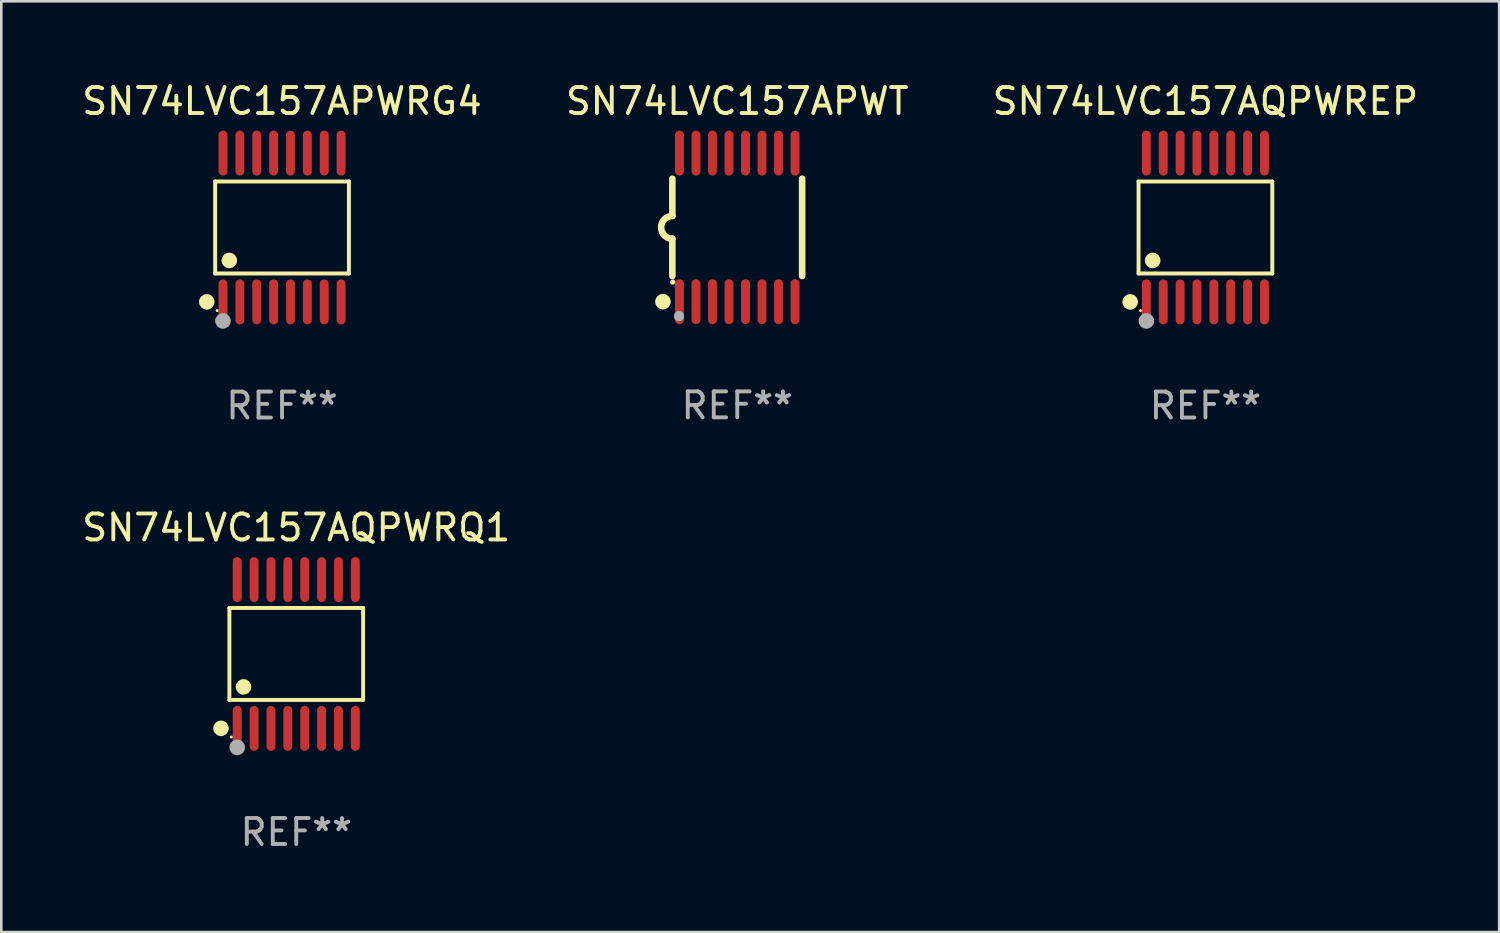
<source format=kicad_pcb>
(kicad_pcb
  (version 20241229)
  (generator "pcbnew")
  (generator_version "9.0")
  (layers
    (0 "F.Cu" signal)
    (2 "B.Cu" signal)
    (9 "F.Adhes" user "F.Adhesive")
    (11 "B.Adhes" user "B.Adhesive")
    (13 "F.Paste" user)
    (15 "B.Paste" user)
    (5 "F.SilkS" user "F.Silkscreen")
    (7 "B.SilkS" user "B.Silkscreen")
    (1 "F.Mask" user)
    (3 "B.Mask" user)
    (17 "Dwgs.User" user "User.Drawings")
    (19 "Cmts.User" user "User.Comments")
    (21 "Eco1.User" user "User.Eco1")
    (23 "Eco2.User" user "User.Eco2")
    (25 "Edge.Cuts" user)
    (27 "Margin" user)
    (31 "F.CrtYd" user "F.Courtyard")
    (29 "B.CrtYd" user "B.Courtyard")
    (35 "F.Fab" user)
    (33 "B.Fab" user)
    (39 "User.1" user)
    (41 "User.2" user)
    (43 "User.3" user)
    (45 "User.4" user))
  (footprint "SN74LVC157APWRG4"
    (layer "F.Cu")
    (at 7.815 5.714)
    (property "Reference" "SN74LVC157APWRG4" (at 0 -4.866 0) (layer "F.SilkS") (effects (font (size 1 1) (thickness 0.15))))
    (attr through_hole)
    (fp_line (start -2.576 -1.772) (end 2.576 -1.772) (stroke (width 0.152) (type solid)) (layer "F.SilkS"))
    (fp_line (start -2.576 1.771) (end -2.576 -1.772) (stroke (width 0.152) (type solid)) (layer "F.SilkS"))
    (fp_line (start 2.576 -1.772) (end 2.576 1.771) (stroke (width 0.152) (type solid)) (layer "F.SilkS"))
    (fp_line (start 2.576 1.771) (end -2.576 1.771) (stroke (width 0.152) (type solid)) (layer "F.SilkS"))
    (fp_circle (center -2.899 2.866) (end -2.749 2.866) (stroke (width 0.3) (type solid)) (fill no) (layer "F.SilkS"))
    (fp_circle (center -2.5 3.2) (end -2.47 3.2) (stroke (width 0.06) (type solid)) (fill no) (layer "F.SilkS"))
    (fp_circle (center -2.032 1.27) (end -1.882 1.27) (stroke (width 0.3) (type solid)) (fill no) (layer "F.SilkS"))
    (fp_circle (center -2.275 3.6) (end -2.125 3.6) (stroke (width 0.3) (type solid)) (fill no) (layer "F.Fab"))
    (fp_text user "REF**" (at 0 6.866 0) (layer "F.Fab") (effects (font (size 1 1) (thickness 0.15))))
    (pad "1" smd oval (at -2.275 2.866) (size 0.343 1.731) (layers "F.Cu" "F.Mask" "F.Paste"))
    (pad "2" smd oval (at -1.625 2.866) (size 0.343 1.731) (layers "F.Cu" "F.Mask" "F.Paste"))
    (pad "3" smd oval (at -0.975 2.866) (size 0.343 1.731) (layers "F.Cu" "F.Mask" "F.Paste"))
    (pad "4" smd oval (at -0.325 2.866) (size 0.343 1.731) (layers "F.Cu" "F.Mask" "F.Paste"))
    (pad "5" smd oval (at 0.325 2.866) (size 0.343 1.731) (layers "F.Cu" "F.Mask" "F.Paste"))
    (pad "6" smd oval (at 0.975 2.866) (size 0.343 1.731) (layers "F.Cu" "F.Mask" "F.Paste"))
    (pad "7" smd oval (at 1.625 2.866) (size 0.343 1.731) (layers "F.Cu" "F.Mask" "F.Paste"))
    (pad "8" smd oval (at 2.275 2.866) (size 0.343 1.731) (layers "F.Cu" "F.Mask" "F.Paste"))
    (pad "9" smd oval (at 2.275 -2.866) (size 0.343 1.731) (layers "F.Cu" "F.Mask" "F.Paste"))
    (pad "10" smd oval (at 1.625 -2.866) (size 0.343 1.731) (layers "F.Cu" "F.Mask" "F.Paste"))
    (pad "11" smd oval (at 0.975 -2.866) (size 0.343 1.731) (layers "F.Cu" "F.Mask" "F.Paste"))
    (pad "12" smd oval (at 0.325 -2.866) (size 0.343 1.731) (layers "F.Cu" "F.Mask" "F.Paste"))
    (pad "13" smd oval (at -0.325 -2.866) (size 0.343 1.731) (layers "F.Cu" "F.Mask" "F.Paste"))
    (pad "14" smd oval (at -0.975 -2.866) (size 0.343 1.731) (layers "F.Cu" "F.Mask" "F.Paste"))
    (pad "15" smd oval (at -1.625 -2.866) (size 0.343 1.731) (layers "F.Cu" "F.Mask" "F.Paste"))
    (pad "16" smd oval (at -2.275 -2.866) (size 0.343 1.731) (layers "F.Cu" "F.Mask" "F.Paste")))
  (footprint "SN74LVC157APWT"
    (layer "F.Cu")
    (at 25.351 5.71)
    (property "Reference" "SN74LVC157APWT" (at 0 -4.862 0) (layer "F.SilkS") (effects (font (size 1 1) (thickness 0.15))))
    (attr through_hole)
    (fp_line (start -2.5 -1.874) (end -2.5 -0.439) (stroke (width 0.254) (type solid)) (layer "F.SilkS"))
    (fp_line (start -2.5 1.874) (end -2.5 0.439) (stroke (width 0.254) (type solid)) (layer "F.SilkS"))
    (fp_line (start 2.5 -1.874) (end 2.5 1.874) (stroke (width 0.254) (type solid)) (layer "F.SilkS"))
    (fp_arc (start -2.5 0.438989) (mid -2.938633 -0.000597) (end -2.499365 -0.439547) (stroke (width 0.254001) (type solid)) (layer "F.SilkS"))
    (fp_circle (center -2.862 2.862) (end -2.712 2.862) (stroke (width 0.3) (type solid)) (fill no) (layer "F.SilkS"))
    (fp_circle (center -2.486 2.106) (end -2.436 2.106) (stroke (width 0.1) (type solid)) (fill no) (layer "F.SilkS"))
    (fp_circle (center -2.244 3.416) (end -2.144 3.416) (stroke (width 0.2) (type solid)) (fill no) (layer "F.Fab"))
    (fp_text user "REF**" (at 0 6.862 0) (layer "F.Fab") (effects (font (size 1 1) (thickness 0.15))))
    (pad "1" smd oval (at -2.226 2.862) (size 0.343 1.731) (layers "F.Cu" "F.Mask" "F.Paste"))
    (pad "2" smd oval (at -1.59 2.862) (size 0.343 1.731) (layers "F.Cu" "F.Mask" "F.Paste"))
    (pad "3" smd oval (at -0.954 2.862) (size 0.343 1.731) (layers "F.Cu" "F.Mask" "F.Paste"))
    (pad "4" smd oval (at -0.318 2.862) (size 0.343 1.731) (layers "F.Cu" "F.Mask" "F.Paste"))
    (pad "5" smd oval (at 0.318 2.862) (size 0.343 1.731) (layers "F.Cu" "F.Mask" "F.Paste"))
    (pad "6" smd oval (at 0.954 2.862) (size 0.343 1.731) (layers "F.Cu" "F.Mask" "F.Paste"))
    (pad "7" smd oval (at 1.59 2.862) (size 0.343 1.731) (layers "F.Cu" "F.Mask" "F.Paste"))
    (pad "8" smd oval (at 2.226 2.862) (size 0.343 1.731) (layers "F.Cu" "F.Mask" "F.Paste"))
    (pad "9" smd oval (at 2.226 -2.862) (size 0.343 1.731) (layers "F.Cu" "F.Mask" "F.Paste"))
    (pad "10" smd oval (at 1.59 -2.862) (size 0.343 1.731) (layers "F.Cu" "F.Mask" "F.Paste"))
    (pad "11" smd oval (at 0.954 -2.862) (size 0.343 1.731) (layers "F.Cu" "F.Mask" "F.Paste"))
    (pad "12" smd oval (at 0.318 -2.862) (size 0.343 1.731) (layers "F.Cu" "F.Mask" "F.Paste"))
    (pad "13" smd oval (at -0.318 -2.862) (size 0.343 1.731) (layers "F.Cu" "F.Mask" "F.Paste"))
    (pad "14" smd oval (at -0.954 -2.862) (size 0.343 1.731) (layers "F.Cu" "F.Mask" "F.Paste"))
    (pad "15" smd oval (at -1.59 -2.862) (size 0.343 1.731) (layers "F.Cu" "F.Mask" "F.Paste"))
    (pad "16" smd oval (at -2.226 -2.862) (size 0.343 1.731) (layers "F.Cu" "F.Mask" "F.Paste")))
  (footprint "SN74LVC157AQPWRQ1"
    (layer "F.Cu")
    (at 8.363 22.142)
    (property "Reference" "SN74LVC157AQPWRQ1" (at 0 -4.866 0) (layer "F.SilkS") (effects (font (size 1 1) (thickness 0.15))))
    (attr through_hole)
    (fp_line (start -2.576 -1.772) (end 2.576 -1.772) (stroke (width 0.152) (type solid)) (layer "F.SilkS"))
    (fp_line (start -2.576 1.771) (end -2.576 -1.772) (stroke (width 0.152) (type solid)) (layer "F.SilkS"))
    (fp_line (start 2.576 -1.772) (end 2.576 1.771) (stroke (width 0.152) (type solid)) (layer "F.SilkS"))
    (fp_line (start 2.576 1.771) (end -2.576 1.771) (stroke (width 0.152) (type solid)) (layer "F.SilkS"))
    (fp_circle (center -2.899 2.866) (end -2.749 2.866) (stroke (width 0.3) (type solid)) (fill no) (layer "F.SilkS"))
    (fp_circle (center -2.5 3.2) (end -2.47 3.2) (stroke (width 0.06) (type solid)) (fill no) (layer "F.SilkS"))
    (fp_circle (center -2.032 1.27) (end -1.882 1.27) (stroke (width 0.3) (type solid)) (fill no) (layer "F.SilkS"))
    (fp_circle (center -2.275 3.6) (end -2.125 3.6) (stroke (width 0.3) (type solid)) (fill no) (layer "F.Fab"))
    (fp_text user "REF**" (at 0 6.866 0) (layer "F.Fab") (effects (font (size 1 1) (thickness 0.15))))
    (pad "1" smd oval (at -2.275 2.866) (size 0.343 1.731) (layers "F.Cu" "F.Mask" "F.Paste"))
    (pad "2" smd oval (at -1.625 2.866) (size 0.343 1.731) (layers "F.Cu" "F.Mask" "F.Paste"))
    (pad "3" smd oval (at -0.975 2.866) (size 0.343 1.731) (layers "F.Cu" "F.Mask" "F.Paste"))
    (pad "4" smd oval (at -0.325 2.866) (size 0.343 1.731) (layers "F.Cu" "F.Mask" "F.Paste"))
    (pad "5" smd oval (at 0.325 2.866) (size 0.343 1.731) (layers "F.Cu" "F.Mask" "F.Paste"))
    (pad "6" smd oval (at 0.975 2.866) (size 0.343 1.731) (layers "F.Cu" "F.Mask" "F.Paste"))
    (pad "7" smd oval (at 1.625 2.866) (size 0.343 1.731) (layers "F.Cu" "F.Mask" "F.Paste"))
    (pad "8" smd oval (at 2.275 2.866) (size 0.343 1.731) (layers "F.Cu" "F.Mask" "F.Paste"))
    (pad "9" smd oval (at 2.275 -2.866) (size 0.343 1.731) (layers "F.Cu" "F.Mask" "F.Paste"))
    (pad "10" smd oval (at 1.625 -2.866) (size 0.343 1.731) (layers "F.Cu" "F.Mask" "F.Paste"))
    (pad "11" smd oval (at 0.975 -2.866) (size 0.343 1.731) (layers "F.Cu" "F.Mask" "F.Paste"))
    (pad "12" smd oval (at 0.325 -2.866) (size 0.343 1.731) (layers "F.Cu" "F.Mask" "F.Paste"))
    (pad "13" smd oval (at -0.325 -2.866) (size 0.343 1.731) (layers "F.Cu" "F.Mask" "F.Paste"))
    (pad "14" smd oval (at -0.975 -2.866) (size 0.343 1.731) (layers "F.Cu" "F.Mask" "F.Paste"))
    (pad "15" smd oval (at -1.625 -2.866) (size 0.343 1.731) (layers "F.Cu" "F.Mask" "F.Paste"))
    (pad "16" smd oval (at -2.275 -2.866) (size 0.343 1.731) (layers "F.Cu" "F.Mask" "F.Paste")))
  (footprint "SN74LVC157AQPWREP"
    (layer "F.Cu")
    (at 43.387 5.714)
    (property "Reference" "SN74LVC157AQPWREP" (at 0 -4.866 0) (layer "F.SilkS") (effects (font (size 1 1) (thickness 0.15))))
    (attr through_hole)
    (fp_line (start -2.576 -1.772) (end 2.576 -1.772) (stroke (width 0.152) (type solid)) (layer "F.SilkS"))
    (fp_line (start -2.576 1.771) (end -2.576 -1.772) (stroke (width 0.152) (type solid)) (layer "F.SilkS"))
    (fp_line (start 2.576 -1.772) (end 2.576 1.771) (stroke (width 0.152) (type solid)) (layer "F.SilkS"))
    (fp_line (start 2.576 1.771) (end -2.576 1.771) (stroke (width 0.152) (type solid)) (layer "F.SilkS"))
    (fp_circle (center -2.899 2.866) (end -2.749 2.866) (stroke (width 0.3) (type solid)) (fill no) (layer "F.SilkS"))
    (fp_circle (center -2.5 3.2) (end -2.47 3.2) (stroke (width 0.06) (type solid)) (fill no) (layer "F.SilkS"))
    (fp_circle (center -2.032 1.27) (end -1.882 1.27) (stroke (width 0.3) (type solid)) (fill no) (layer "F.SilkS"))
    (fp_circle (center -2.275 3.6) (end -2.125 3.6) (stroke (width 0.3) (type solid)) (fill no) (layer "F.Fab"))
    (fp_text user "REF**" (at 0 6.866 0) (layer "F.Fab") (effects (font (size 1 1) (thickness 0.15))))
    (pad "1" smd oval (at -2.275 2.866) (size 0.343 1.731) (layers "F.Cu" "F.Mask" "F.Paste"))
    (pad "2" smd oval (at -1.625 2.866) (size 0.343 1.731) (layers "F.Cu" "F.Mask" "F.Paste"))
    (pad "3" smd oval (at -0.975 2.866) (size 0.343 1.731) (layers "F.Cu" "F.Mask" "F.Paste"))
    (pad "4" smd oval (at -0.325 2.866) (size 0.343 1.731) (layers "F.Cu" "F.Mask" "F.Paste"))
    (pad "5" smd oval (at 0.325 2.866) (size 0.343 1.731) (layers "F.Cu" "F.Mask" "F.Paste"))
    (pad "6" smd oval (at 0.975 2.866) (size 0.343 1.731) (layers "F.Cu" "F.Mask" "F.Paste"))
    (pad "7" smd oval (at 1.625 2.866) (size 0.343 1.731) (layers "F.Cu" "F.Mask" "F.Paste"))
    (pad "8" smd oval (at 2.275 2.866) (size 0.343 1.731) (layers "F.Cu" "F.Mask" "F.Paste"))
    (pad "9" smd oval (at 2.275 -2.866) (size 0.343 1.731) (layers "F.Cu" "F.Mask" "F.Paste"))
    (pad "10" smd oval (at 1.625 -2.866) (size 0.343 1.731) (layers "F.Cu" "F.Mask" "F.Paste"))
    (pad "11" smd oval (at 0.975 -2.866) (size 0.343 1.731) (layers "F.Cu" "F.Mask" "F.Paste"))
    (pad "12" smd oval (at 0.325 -2.866) (size 0.343 1.731) (layers "F.Cu" "F.Mask" "F.Paste"))
    (pad "13" smd oval (at -0.325 -2.866) (size 0.343 1.731) (layers "F.Cu" "F.Mask" "F.Paste"))
    (pad "14" smd oval (at -0.975 -2.866) (size 0.343 1.731) (layers "F.Cu" "F.Mask" "F.Paste"))
    (pad "15" smd oval (at -1.625 -2.866) (size 0.343 1.731) (layers "F.Cu" "F.Mask" "F.Paste"))
    (pad "16" smd oval (at -2.275 -2.866) (size 0.343 1.731) (layers "F.Cu" "F.Mask" "F.Paste")))
  (gr_rect
    (start -3 -3)
    (end 54.702 32.856)
    (stroke (width 0.1) (type default))
    (fill no)
    (layer "Edge.Cuts")))
</source>
